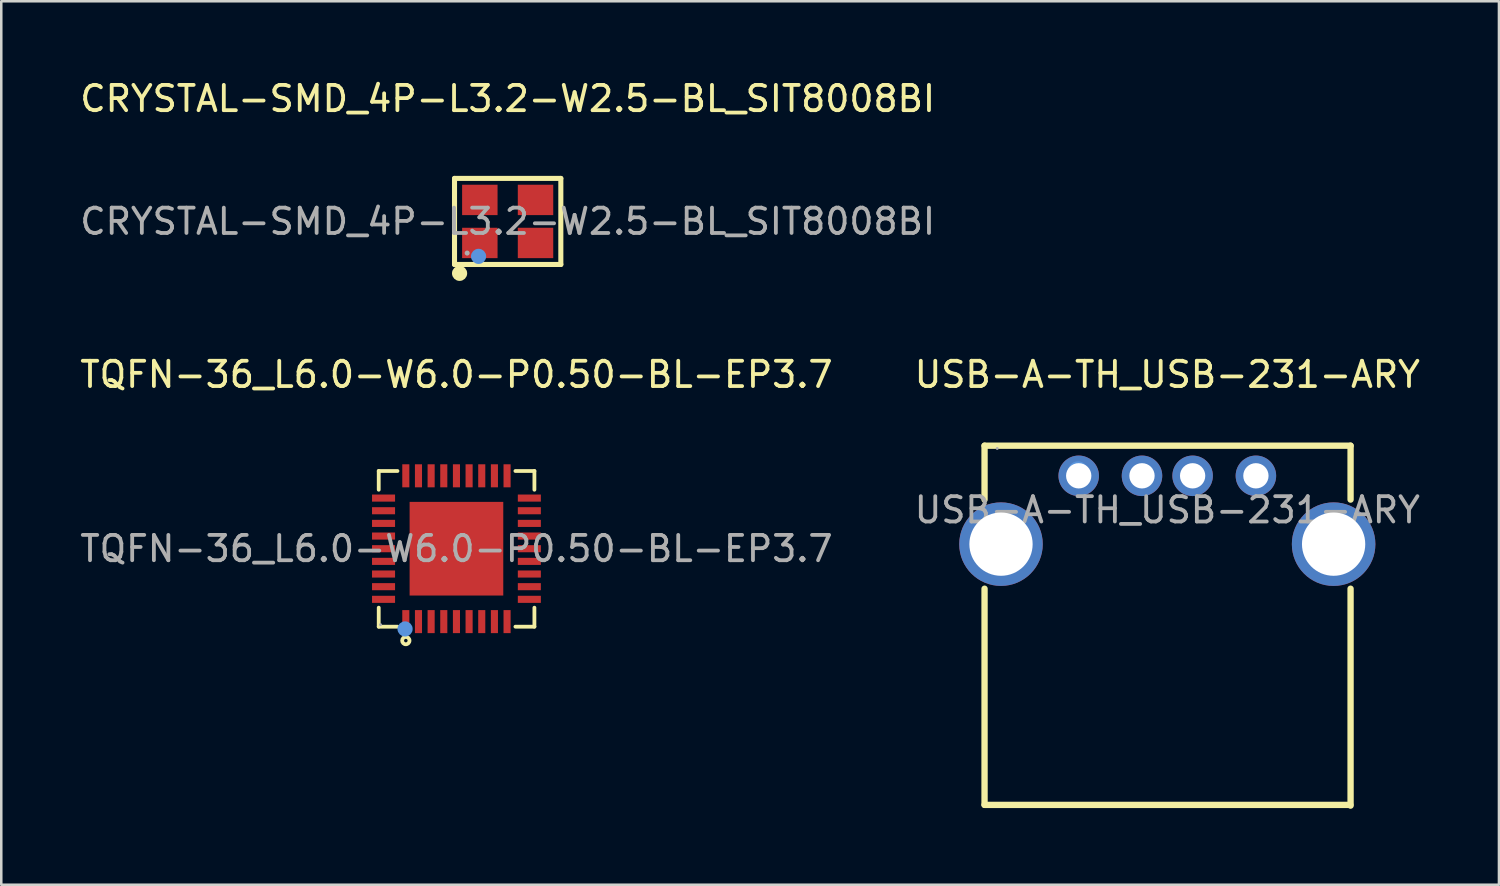
<source format=kicad_pcb>
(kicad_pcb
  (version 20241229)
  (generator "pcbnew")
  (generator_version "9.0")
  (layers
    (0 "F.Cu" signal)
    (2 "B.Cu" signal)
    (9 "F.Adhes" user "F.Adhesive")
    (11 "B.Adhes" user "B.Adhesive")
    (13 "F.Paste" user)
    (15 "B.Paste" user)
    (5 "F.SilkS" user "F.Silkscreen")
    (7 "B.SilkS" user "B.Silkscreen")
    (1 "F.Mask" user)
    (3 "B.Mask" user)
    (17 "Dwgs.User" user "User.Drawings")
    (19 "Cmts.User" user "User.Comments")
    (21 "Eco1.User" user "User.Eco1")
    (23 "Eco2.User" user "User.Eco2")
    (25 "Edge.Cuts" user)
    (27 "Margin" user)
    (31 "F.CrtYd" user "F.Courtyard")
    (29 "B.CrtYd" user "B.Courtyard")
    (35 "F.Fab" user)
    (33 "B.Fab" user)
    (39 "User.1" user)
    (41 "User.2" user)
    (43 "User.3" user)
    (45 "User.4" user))
  (footprint "USB-A-TH_USB-231-ARY"
    (layer "F.Cu")
    (at 43.065 17.097)
    (property "Reference" "USB-A-TH_USB-231-ARY" (at 0 -5.35 0) (layer "F.SilkS") (effects (font (size 1 1) (thickness 0.15))))
    (attr through_hole)
    (fp_line (start -7.22 -2.54) (end 7.24 -2.54) (stroke (width 0.25) (type solid)) (layer "F.SilkS"))
    (fp_line (start -7.22 -0.41) (end -7.22 -2.54) (stroke (width 0.25) (type solid)) (layer "F.SilkS"))
    (fp_line (start -7.22 11.65) (end -7.22 3.11) (stroke (width 0.25) (type solid)) (layer "F.SilkS"))
    (fp_line (start 7.23 11.65) (end -7.22 11.65) (stroke (width 0.25) (type solid)) (layer "F.SilkS"))
    (fp_line (start 7.24 -2.54) (end 7.24 -0.41) (stroke (width 0.25) (type solid)) (layer "F.SilkS"))
    (fp_line (start 7.24 3.11) (end 7.24 11.68) (stroke (width 0.25) (type solid)) (layer "F.SilkS"))
    (fp_circle (center -3.53 -1.52) (end -3.33 -1.52) (stroke (width 0.4) (type solid)) (fill no) (layer "Cmts.User"))
    (fp_circle (center -6.72 -2.43) (end -6.69 -2.43) (stroke (width 0.06) (type solid)) (fill no) (layer "F.Fab"))
    (fp_text user "${REFERENCE}" (at 0 0 0) (layer "F.Fab") (effects (font (size 1 1) (thickness 0.15))))
    (pad "1" thru_hole circle (at -3.5 -1.35) (size 1.6 1.6) (drill 1) (layers "*.Cu" "*.Mask"))
    (pad "2" thru_hole circle (at -1 -1.35) (size 1.6 1.6) (drill 1) (layers "*.Cu" "*.Mask"))
    (pad "3" thru_hole circle (at 1 -1.35) (size 1.6 1.6) (drill 1) (layers "*.Cu" "*.Mask"))
    (pad "4" thru_hole circle (at 3.5 -1.35) (size 1.6 1.6) (drill 1) (layers "*.Cu" "*.Mask"))
    (pad "5" thru_hole circle (at -6.57 1.35) (size 3.3 3.3) (drill 2.5) (layers "*.Cu" "*.Mask"))
    (pad "6" thru_hole circle (at 6.57 1.35) (size 3.3 3.3) (drill 2.5) (layers "*.Cu" "*.Mask")))
  (footprint "CRYSTAL-SMD_4P-L3.2-W2.5-BL_SIT8008BI"
    (layer "F.Cu")
    (at 17.006 5.698)
    (property "Reference" "CRYSTAL-SMD_4P-L3.2-W2.5-BL_SIT8008BI" (at 0 -4.85 0) (layer "F.SilkS") (effects (font (size 1 1) (thickness 0.15))))
    (attr smd)
    (fp_line (start -2.1 -1.7) (end -2.1 1.7) (stroke (width 0.2) (type solid)) (layer "F.SilkS"))
    (fp_line (start -2.1 1.7) (end 2.1 1.7) (stroke (width 0.2) (type solid)) (layer "F.SilkS"))
    (fp_line (start 2.1 -1.7) (end -2.1 -1.7) (stroke (width 0.2) (type solid)) (layer "F.SilkS"))
    (fp_line (start 2.1 1.7) (end 2.1 -1.7) (stroke (width 0.2) (type solid)) (layer "F.SilkS"))
    (fp_arc (start -1.9 2.05) (mid -1.9 2.05) (end -1.9 2.05) (stroke (width 0.3) (type solid)) (layer "F.SilkS"))
    (fp_circle (center -1.15 1.38) (end -1 1.38) (stroke (width 0.3) (type solid)) (fill no) (layer "Cmts.User"))
    (fp_circle (center -1.6 1.25) (end -1.55 1.25) (stroke (width 0.1) (type solid)) (fill no) (layer "F.Fab"))
    (fp_text user "${REFERENCE}" (at 0 0 0) (layer "F.Fab") (effects (font (size 1 1) (thickness 0.15))))
    (pad "1" smd rect (at -1.1 0.85) (size 1.4 1.2) (layers "F.Cu" "F.Mask" "F.Paste"))
    (pad "2" smd rect (at 1.1 0.85) (size 1.4 1.2) (layers "F.Cu" "F.Mask" "F.Paste"))
    (pad "3" smd rect (at 1.1 -0.85) (size 1.4 1.2) (layers "F.Cu" "F.Mask" "F.Paste"))
    (pad "4" smd rect (at -1.1 -0.85) (size 1.4 1.2) (layers "F.Cu" "F.Mask" "F.Paste")))
  (footprint "TQFN-36_L6.0-W6.0-P0.50-BL-EP3.7"
    (layer "F.Cu")
    (at 14.982 18.627)
    (property "Reference" "TQFN-36_L6.0-W6.0-P0.50-BL-EP3.7" (at 0 -6.88 0) (layer "F.SilkS") (effects (font (size 1 1) (thickness 0.15))))
    (attr smd)
    (fp_line (start -3.07 -3.07) (end -2.33 -3.07) (stroke (width 0.15) (type solid)) (layer "F.SilkS"))
    (fp_line (start -3.07 -2.33) (end -3.07 -3.07) (stroke (width 0.15) (type solid)) (layer "F.SilkS"))
    (fp_line (start -3.07 2.33) (end -3.07 3.08) (stroke (width 0.15) (type solid)) (layer "F.SilkS"))
    (fp_line (start -3.07 3.08) (end -2.33 3.08) (stroke (width 0.15) (type solid)) (layer "F.SilkS"))
    (fp_line (start 3.08 -3.07) (end 2.33 -3.07) (stroke (width 0.15) (type solid)) (layer "F.SilkS"))
    (fp_line (start 3.08 -2.33) (end 3.08 -3.07) (stroke (width 0.15) (type solid)) (layer "F.SilkS"))
    (fp_line (start 3.08 2.33) (end 3.08 3.08) (stroke (width 0.15) (type solid)) (layer "F.SilkS"))
    (fp_line (start 3.08 3.08) (end 2.33 3.08) (stroke (width 0.15) (type solid)) (layer "F.SilkS"))
    (fp_circle (center -2 3.63) (end -1.93 3.63) (stroke (width 0.15) (type solid)) (fill no) (layer "F.SilkS"))
    (fp_circle (center -2.03 3.17) (end -1.88 3.17) (stroke (width 0.3) (type solid)) (fill no) (layer "Cmts.User"))
    (fp_circle (center -3 3) (end -2.97 3) (stroke (width 0.06) (type solid)) (fill no) (layer "F.Fab"))
    (fp_text user "${REFERENCE}" (at 0 0 0) (layer "F.Fab") (effects (font (size 1 1) (thickness 0.15))))
    (pad "1" smd rect (at -2 2.88 90) (size 0.91 0.28) (layers "F.Cu" "F.Mask" "F.Paste"))
    (pad "2" smd rect (at -1.5 2.88 90) (size 0.91 0.28) (layers "F.Cu" "F.Mask" "F.Paste"))
    (pad "3" smd rect (at -1 2.88 90) (size 0.91 0.28) (layers "F.Cu" "F.Mask" "F.Paste"))
    (pad "4" smd rect (at -0.5 2.88 90) (size 0.91 0.28) (layers "F.Cu" "F.Mask" "F.Paste"))
    (pad "5" smd rect (at 0 2.88 90) (size 0.91 0.28) (layers "F.Cu" "F.Mask" "F.Paste"))
    (pad "6" smd rect (at 0.5 2.88 90) (size 0.91 0.28) (layers "F.Cu" "F.Mask" "F.Paste"))
    (pad "7" smd rect (at 1 2.88 90) (size 0.91 0.28) (layers "F.Cu" "F.Mask" "F.Paste"))
    (pad "8" smd rect (at 1.5 2.88 90) (size 0.91 0.28) (layers "F.Cu" "F.Mask" "F.Paste"))
    (pad "9" smd rect (at 2 2.88 90) (size 0.91 0.28) (layers "F.Cu" "F.Mask" "F.Paste"))
    (pad "10" smd rect (at 2.88 2 90) (size 0.28 0.91) (layers "F.Cu" "F.Mask" "F.Paste"))
    (pad "11" smd rect (at 2.88 1.5 90) (size 0.28 0.91) (layers "F.Cu" "F.Mask" "F.Paste"))
    (pad "12" smd rect (at 2.88 1 90) (size 0.28 0.91) (layers "F.Cu" "F.Mask" "F.Paste"))
    (pad "13" smd rect (at 2.88 0.5 90) (size 0.28 0.91) (layers "F.Cu" "F.Mask" "F.Paste"))
    (pad "14" smd rect (at 2.88 0 90) (size 0.28 0.91) (layers "F.Cu" "F.Mask" "F.Paste"))
    (pad "15" smd rect (at 2.88 -0.5 90) (size 0.28 0.91) (layers "F.Cu" "F.Mask" "F.Paste"))
    (pad "16" smd rect (at 2.88 -1 90) (size 0.28 0.91) (layers "F.Cu" "F.Mask" "F.Paste"))
    (pad "17" smd rect (at 2.88 -1.5 90) (size 0.28 0.91) (layers "F.Cu" "F.Mask" "F.Paste"))
    (pad "18" smd rect (at 2.88 -2 90) (size 0.28 0.91) (layers "F.Cu" "F.Mask" "F.Paste"))
    (pad "19" smd rect (at 2 -2.88 90) (size 0.91 0.28) (layers "F.Cu" "F.Mask" "F.Paste"))
    (pad "20" smd rect (at 1.5 -2.88 90) (size 0.91 0.28) (layers "F.Cu" "F.Mask" "F.Paste"))
    (pad "21" smd rect (at 1 -2.88 90) (size 0.91 0.28) (layers "F.Cu" "F.Mask" "F.Paste"))
    (pad "22" smd rect (at 0.5 -2.88 90) (size 0.91 0.28) (layers "F.Cu" "F.Mask" "F.Paste"))
    (pad "23" smd rect (at 0 -2.88 90) (size 0.91 0.28) (layers "F.Cu" "F.Mask" "F.Paste"))
    (pad "24" smd rect (at -0.5 -2.88 90) (size 0.91 0.28) (layers "F.Cu" "F.Mask" "F.Paste"))
    (pad "25" smd rect (at -1 -2.88 90) (size 0.91 0.28) (layers "F.Cu" "F.Mask" "F.Paste"))
    (pad "26" smd rect (at -1.5 -2.88 90) (size 0.91 0.28) (layers "F.Cu" "F.Mask" "F.Paste"))
    (pad "27" smd rect (at -2 -2.88 90) (size 0.91 0.28) (layers "F.Cu" "F.Mask" "F.Paste"))
    (pad "28" smd rect (at -2.88 -2 90) (size 0.28 0.91) (layers "F.Cu" "F.Mask" "F.Paste"))
    (pad "29" smd rect (at -2.88 -1.5 90) (size 0.28 0.91) (layers "F.Cu" "F.Mask" "F.Paste"))
    (pad "30" smd rect (at -2.88 -1 90) (size 0.28 0.91) (layers "F.Cu" "F.Mask" "F.Paste"))
    (pad "31" smd rect (at -2.88 -0.5 90) (size 0.28 0.91) (layers "F.Cu" "F.Mask" "F.Paste"))
    (pad "32" smd rect (at -2.88 0 90) (size 0.28 0.91) (layers "F.Cu" "F.Mask" "F.Paste"))
    (pad "33" smd rect (at -2.88 0.5 90) (size 0.28 0.91) (layers "F.Cu" "F.Mask" "F.Paste"))
    (pad "34" smd rect (at -2.88 1 90) (size 0.28 0.91) (layers "F.Cu" "F.Mask" "F.Paste"))
    (pad "35" smd rect (at -2.88 1.5 90) (size 0.28 0.91) (layers "F.Cu" "F.Mask" "F.Paste"))
    (pad "36" smd rect (at -2.88 2 90) (size 0.28 0.91) (layers "F.Cu" "F.Mask" "F.Paste"))
    (pad "37" smd rect (at 0 0 90) (size 3.7 3.7) (layers "F.Cu" "F.Mask" "F.Paste")))
  (gr_rect
    (start -3 -3)
    (end 56.167 31.902)
    (stroke (width 0.1) (type default))
    (fill no)
    (layer "Edge.Cuts")))
</source>
